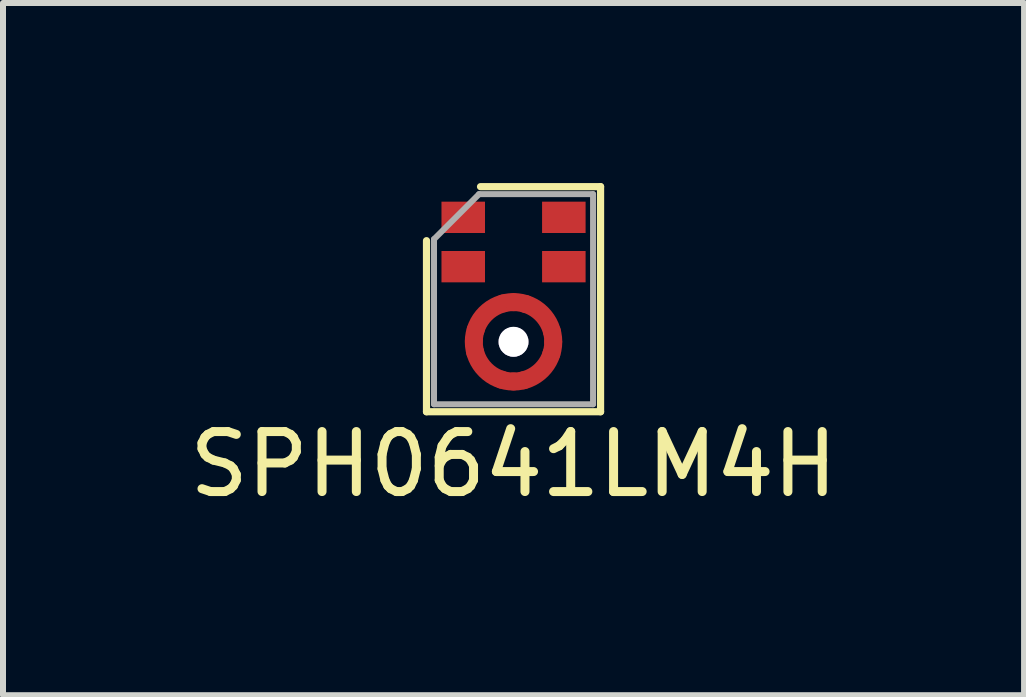
<source format=kicad_pcb>
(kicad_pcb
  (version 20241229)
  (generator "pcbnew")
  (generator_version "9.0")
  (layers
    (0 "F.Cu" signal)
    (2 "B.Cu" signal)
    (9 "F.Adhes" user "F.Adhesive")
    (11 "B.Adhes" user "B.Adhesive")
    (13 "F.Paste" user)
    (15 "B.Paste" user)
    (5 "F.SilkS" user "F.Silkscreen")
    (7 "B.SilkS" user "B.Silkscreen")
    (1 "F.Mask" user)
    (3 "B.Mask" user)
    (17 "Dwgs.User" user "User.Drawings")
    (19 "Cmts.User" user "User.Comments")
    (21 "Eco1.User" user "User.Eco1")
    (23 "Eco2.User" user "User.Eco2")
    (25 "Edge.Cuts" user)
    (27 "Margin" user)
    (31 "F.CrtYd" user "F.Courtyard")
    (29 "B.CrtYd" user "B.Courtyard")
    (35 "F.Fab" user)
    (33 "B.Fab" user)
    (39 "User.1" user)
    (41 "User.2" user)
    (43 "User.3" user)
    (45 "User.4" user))
  (footprint "SPH0641LM4H"
    (layer "F.Cu")
    (at 5.506 1.935)
    (property "Reference" "SPH0641LM4H" (at 0 2.75 0) (layer "F.SilkS") (effects (font (size 1 1) (thickness 0.15))))
    (attr through_hole)
    (fp_circle (center 0 0.71) (end 0.662 0.71) (stroke (width 0.3) (type solid)) (fill no) (layer "F.Cu"))
    (fp_circle (center 0 0.71) (end 0.662 0.71) (stroke (width 0.3) (type solid)) (fill no) (layer "F.Mask"))
    (fp_line (start -1.45 1.875) (end -1.45 -0.975) (stroke (width 0.12) (type solid)) (layer "F.SilkS"))
    (fp_line (start -0.55 -1.875) (end 1.45 -1.875) (stroke (width 0.12) (type solid)) (layer "F.SilkS"))
    (fp_line (start 1.45 -1.875) (end 1.45 1.875) (stroke (width 0.12) (type solid)) (layer "F.SilkS"))
    (fp_line (start 1.45 1.875) (end -1.45 1.875) (stroke (width 0.12) (type solid)) (layer "F.SilkS"))
    (fp_line (start -1.325 1.75) (end -1.325 -1) (stroke (width 0.1) (type solid)) (layer "F.Fab"))
    (fp_line (start -0.575 -1.75) (end -1.325 -1) (stroke (width 0.1) (type solid)) (layer "F.Fab"))
    (fp_line (start -0.575 -1.75) (end 1.325 -1.75) (stroke (width 0.1) (type solid)) (layer "F.Fab"))
    (fp_line (start 1.325 -1.75) (end 1.325 1.75) (stroke (width 0.1) (type solid)) (layer "F.Fab"))
    (fp_line (start 1.325 1.75) (end -1.325 1.75) (stroke (width 0.1) (type solid)) (layer "F.Fab"))
    (pad "" np_thru_hole custom (at 0 0.71) (size 0.5 0.5) (drill 0.5) (layers "*.Cu" "*.Mask") (options (anchor circle)) (primitives))
    (pad "1" smd rect (at -0.838 -1.364) (size 0.725 0.522) (layers "F.Cu" "F.Mask" "F.Paste"))
    (pad "2" smd rect (at -0.838 -0.542) (size 0.725 0.522) (layers "F.Cu" "F.Mask" "F.Paste"))
    (pad "3" smd circle (at -0.66 0.69) (size 0.3 0.3) (layers "F.Cu" "F.Mask" "F.Paste"))
    (pad "3" smd circle (at -0.64 0.88 180) (size 0.3 0.3) (layers "F.Cu" "F.Mask" "F.Paste"))
    (pad "3" smd circle (at -0.63 0.51 180) (size 0.3 0.3) (layers "F.Cu" "F.Mask" "F.Paste"))
    (pad "3" smd circle (at -0.2 1.34 270) (size 0.3 0.3) (layers "F.Cu" "F.Mask" "F.Paste"))
    (pad "3" smd circle (at -0.17 0.07 90) (size 0.3 0.3) (layers "F.Cu" "F.Mask" "F.Paste"))
    (pad "3" smd circle (at 0 0.05) (size 0.3 0.3) (layers "F.Cu" "F.Mask" "F.Paste"))
    (pad "3" smd circle (at 0 1.37) (size 0.3 0.3) (layers "F.Cu" "F.Mask" "F.Paste"))
    (pad "3" smd circle (at 0.17 1.35 270) (size 0.3 0.3) (layers "F.Cu" "F.Mask" "F.Paste"))
    (pad "3" smd circle (at 0.2 0.08 90) (size 0.3 0.3) (layers "F.Cu" "F.Mask" "F.Paste"))
    (pad "3" smd circle (at 0.63 0.91) (size 0.3 0.3) (layers "F.Cu" "F.Mask" "F.Paste"))
    (pad "3" smd circle (at 0.64 0.54) (size 0.3 0.3) (layers "F.Cu" "F.Mask" "F.Paste"))
    (pad "3" smd circle (at 0.66 0.71) (size 0.3 0.3) (layers "F.Cu" "F.Mask" "F.Paste"))
    (pad "4" smd rect (at 0.838 -0.542) (size 0.725 0.522) (layers "F.Cu" "F.Mask" "F.Paste"))
    (pad "5" smd rect (at 0.838 -1.364) (size 0.725 0.522) (layers "F.Cu" "F.Mask" "F.Paste")))
  (gr_rect
    (start -3 -3)
    (end 14.012 8.533)
    (stroke (width 0.1) (type default))
    (fill no)
    (layer "Edge.Cuts")))
</source>
